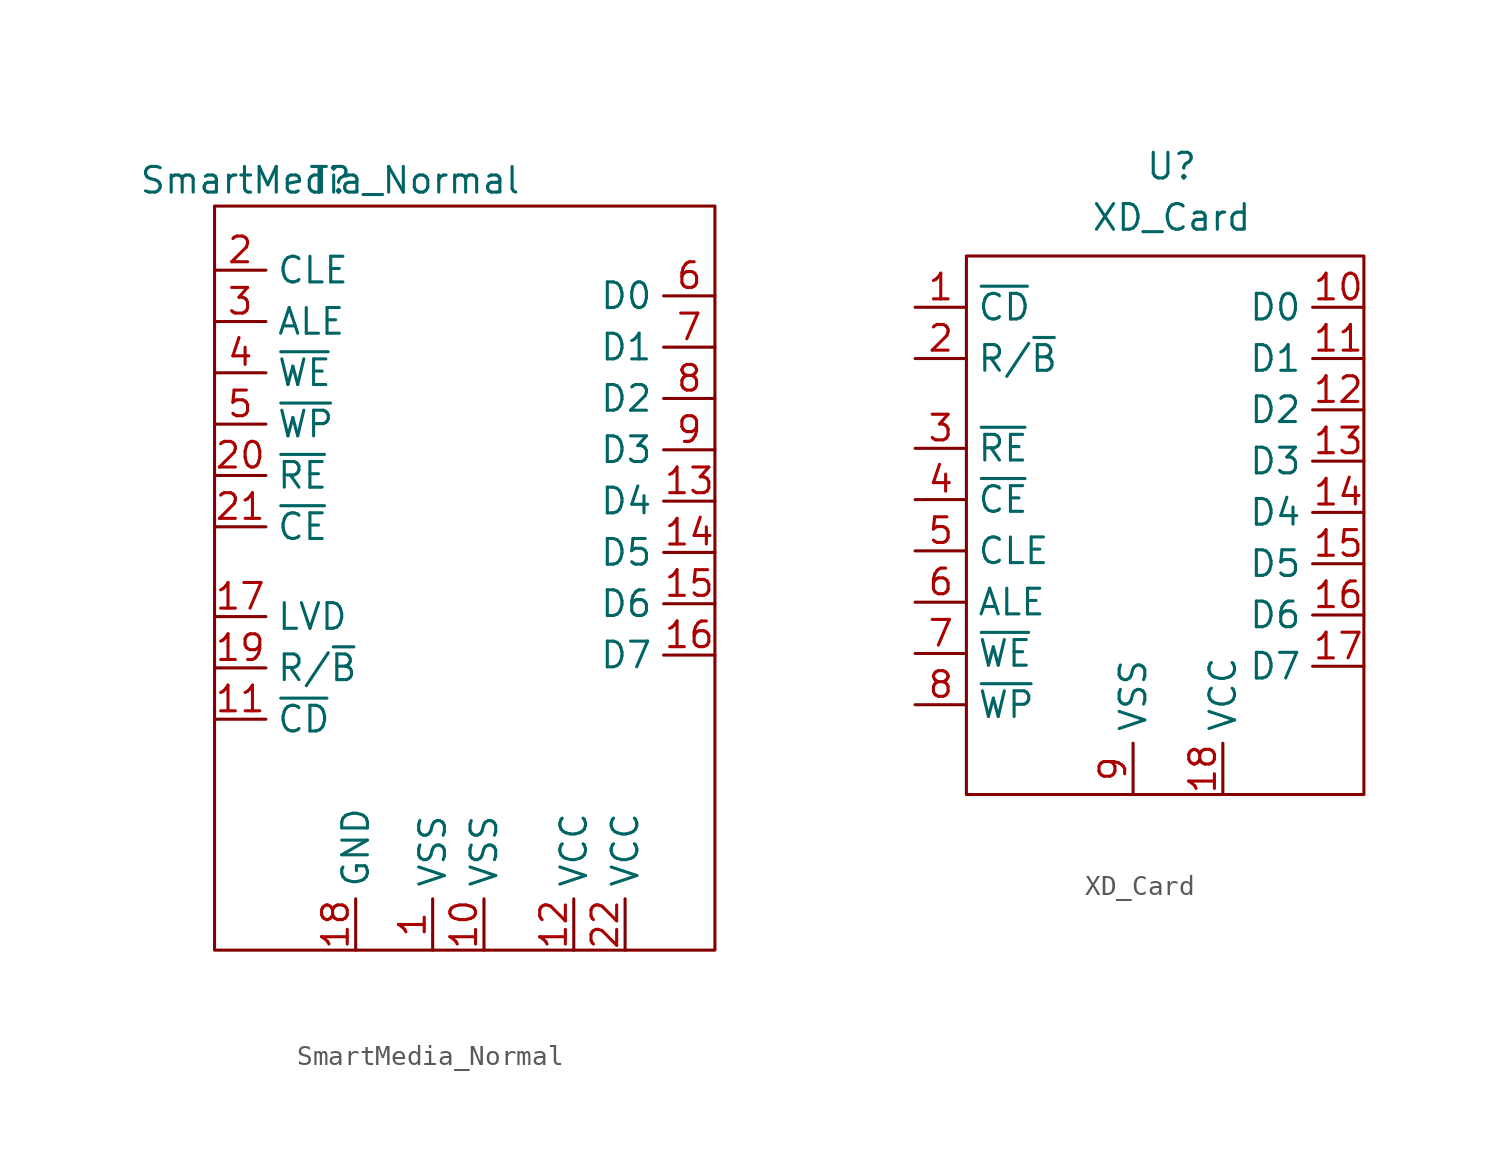
<source format=kicad_sym>
(kicad_symbol_lib
  (version 20211014)
  (generator kicad_symbol_editor)
  (symbol "SmartMedia_Normal"
    (property "Reference" "T"
      (at 0 0 0)
      (effects (font (size 1.27 1.27))))
    (property "Value" "SmartMedia_Normal"
      (at 0 0 0)
      (effects (font (size 1.27 1.27))))
    (symbol "SmartMedia_Normal_0_1"
      (rectangle (start -5.715 -1.27) (end 19.05 -38.1) (stroke (width 0) (type default) (color 0 0 0 0)) (fill (type none))))
    (symbol "SmartMedia_Normal_1_1"
      (pin passive line (at 5.08 -38.1 90) (length 2.54) (name "VSS" (effects (font (size 1.27 1.27)))) (number "1" (effects (font (size 1.27 1.27)))))
      (pin passive line (at 7.62 -38.1 90) (length 2.54) (name "VSS" (effects (font (size 1.27 1.27)))) (number "10" (effects (font (size 1.27 1.27)))))
      (pin output line (at -5.715 -26.67 0) (length 2.54) (name "~{CD}" (effects (font (size 1.27 1.27)))) (number "11" (effects (font (size 1.27 1.27)))))
      (pin power_in line (at 12.065 -38.1 90) (length 2.54) (name "VCC" (effects (font (size 1.27 1.27)))) (number "12" (effects (font (size 1.27 1.27)))))
      (pin bidirectional line (at 19.05 -15.875 180) (length 2.54) (name "D4" (effects (font (size 1.27 1.27)))) (number "13" (effects (font (size 1.27 1.27)))))
      (pin bidirectional line (at 19.05 -18.415 180) (length 2.54) (name "D5" (effects (font (size 1.27 1.27)))) (number "14" (effects (font (size 1.27 1.27)))))
      (pin bidirectional line (at 19.05 -20.955 180) (length 2.54) (name "D6" (effects (font (size 1.27 1.27)))) (number "15" (effects (font (size 1.27 1.27)))))
      (pin bidirectional line (at 19.05 -23.495 180) (length 2.54) (name "D7" (effects (font (size 1.27 1.27)))) (number "16" (effects (font (size 1.27 1.27)))))
      (pin output line (at -5.715 -21.59 0) (length 2.54) (name "LVD" (effects (font (size 1.27 1.27)))) (number "17" (effects (font (size 1.27 1.27)))))
      (pin power_in line (at 1.27 -38.1 90) (length 2.54) (name "GND" (effects (font (size 1.27 1.27)))) (number "18" (effects (font (size 1.27 1.27)))))
      (pin output line (at -5.715 -24.13 0) (length 2.54) (name "R/~{B}" (effects (font (size 1.27 1.27)))) (number "19" (effects (font (size 1.27 1.27)))))
      (pin input line (at -5.715 -4.445 0) (length 2.54) (name "CLE" (effects (font (size 1.27 1.27)))) (number "2" (effects (font (size 1.27 1.27)))))
      (pin input line (at -5.715 -14.605 0) (length 2.54) (name "~{RE}" (effects (font (size 1.27 1.27)))) (number "20" (effects (font (size 1.27 1.27)))))
      (pin input line (at -5.715 -17.145 0) (length 2.54) (name "~{CE}" (effects (font (size 1.27 1.27)))) (number "21" (effects (font (size 1.27 1.27)))))
      (pin power_in line (at 14.605 -38.1 90) (length 2.54) (name "VCC" (effects (font (size 1.27 1.27)))) (number "22" (effects (font (size 1.27 1.27)))))
      (pin input line (at -5.715 -6.985 0) (length 2.54) (name "ALE" (effects (font (size 1.27 1.27)))) (number "3" (effects (font (size 1.27 1.27)))))
      (pin input line (at -5.715 -9.525 0) (length 2.54) (name "~{WE}" (effects (font (size 1.27 1.27)))) (number "4" (effects (font (size 1.27 1.27)))))
      (pin input line (at -5.715 -12.065 0) (length 2.54) (name "~{WP}" (effects (font (size 1.27 1.27)))) (number "5" (effects (font (size 1.27 1.27)))))
      (pin bidirectional line (at 19.05 -5.715 180) (length 2.54) (name "D0" (effects (font (size 1.27 1.27)))) (number "6" (effects (font (size 1.27 1.27)))))
      (pin bidirectional line (at 19.05 -8.255 180) (length 2.54) (name "D1" (effects (font (size 1.27 1.27)))) (number "7" (effects (font (size 1.27 1.27)))))
      (pin bidirectional line (at 19.05 -10.795 180) (length 2.54) (name "D2" (effects (font (size 1.27 1.27)))) (number "8" (effects (font (size 1.27 1.27)))))
      (pin bidirectional line (at 19.05 -13.335 180) (length 2.54) (name "D3" (effects (font (size 1.27 1.27)))) (number "9" (effects (font (size 1.27 1.27)))))))
  (symbol "XD_Card"
    (property "Reference" "U"
      (at 0 3.175 0)
      (effects (font (size 1.27 1.27))))
    (property "Value" "XD_Card"
      (at 0 0.635 0)
      (effects (font (size 1.27 1.27))))
    (symbol "XD_Card_0_1"
      (rectangle (start -10.16 -1.27) (end 9.525 -27.94) (stroke (width 0) (type default) (color 0 0 0 0)) (fill (type none))))
    (symbol "XD_Card_1_1"
      (pin output line (at -12.7 -3.81 0) (length 2.54) (name "~{CD}" (effects (font (size 1.27 1.27)))) (number "1" (effects (font (size 1.27 1.27)))))
      (pin bidirectional line (at 9.525 -3.81 180) (length 2.54) (name "D0" (effects (font (size 1.27 1.27)))) (number "10" (effects (font (size 1.27 1.27)))))
      (pin bidirectional line (at 9.525 -6.35 180) (length 2.54) (name "D1" (effects (font (size 1.27 1.27)))) (number "11" (effects (font (size 1.27 1.27)))))
      (pin bidirectional line (at 9.525 -8.89 180) (length 2.54) (name "D2" (effects (font (size 1.27 1.27)))) (number "12" (effects (font (size 1.27 1.27)))))
      (pin bidirectional line (at 9.525 -11.43 180) (length 2.54) (name "D3" (effects (font (size 1.27 1.27)))) (number "13" (effects (font (size 1.27 1.27)))))
      (pin bidirectional line (at 9.525 -13.97 180) (length 2.54) (name "D4" (effects (font (size 1.27 1.27)))) (number "14" (effects (font (size 1.27 1.27)))))
      (pin bidirectional line (at 9.525 -16.51 180) (length 2.54) (name "D5" (effects (font (size 1.27 1.27)))) (number "15" (effects (font (size 1.27 1.27)))))
      (pin bidirectional line (at 9.525 -19.05 180) (length 2.54) (name "D6" (effects (font (size 1.27 1.27)))) (number "16" (effects (font (size 1.27 1.27)))))
      (pin bidirectional line (at 9.525 -21.59 180) (length 2.54) (name "D7" (effects (font (size 1.27 1.27)))) (number "17" (effects (font (size 1.27 1.27)))))
      (pin power_in line (at 2.54 -27.94 90) (length 2.54) (name "VCC" (effects (font (size 1.27 1.27)))) (number "18" (effects (font (size 1.27 1.27)))))
      (pin output line (at -12.7 -6.35 0) (length 2.54) (name "R/~{B}" (effects (font (size 1.27 1.27)))) (number "2" (effects (font (size 1.27 1.27)))))
      (pin input line (at -12.7 -10.795 0) (length 2.54) (name "~{RE}" (effects (font (size 1.27 1.27)))) (number "3" (effects (font (size 1.27 1.27)))))
      (pin input line (at -12.7 -13.335 0) (length 2.54) (name "~{CE}" (effects (font (size 1.27 1.27)))) (number "4" (effects (font (size 1.27 1.27)))))
      (pin input line (at -12.7 -15.875 0) (length 2.54) (name "CLE" (effects (font (size 1.27 1.27)))) (number "5" (effects (font (size 1.27 1.27)))))
      (pin input line (at -12.7 -18.415 0) (length 2.54) (name "ALE" (effects (font (size 1.27 1.27)))) (number "6" (effects (font (size 1.27 1.27)))))
      (pin input line (at -12.7 -20.955 0) (length 2.54) (name "~{WE}" (effects (font (size 1.27 1.27)))) (number "7" (effects (font (size 1.27 1.27)))))
      (pin input line (at -12.7 -23.495 0) (length 2.54) (name "~{WP}" (effects (font (size 1.27 1.27)))) (number "8" (effects (font (size 1.27 1.27)))))
      (pin passive line (at -1.905 -27.94 90) (length 2.54) (name "VSS" (effects (font (size 1.27 1.27)))) (number "9" (effects (font (size 1.27 1.27))))))))
</source>
